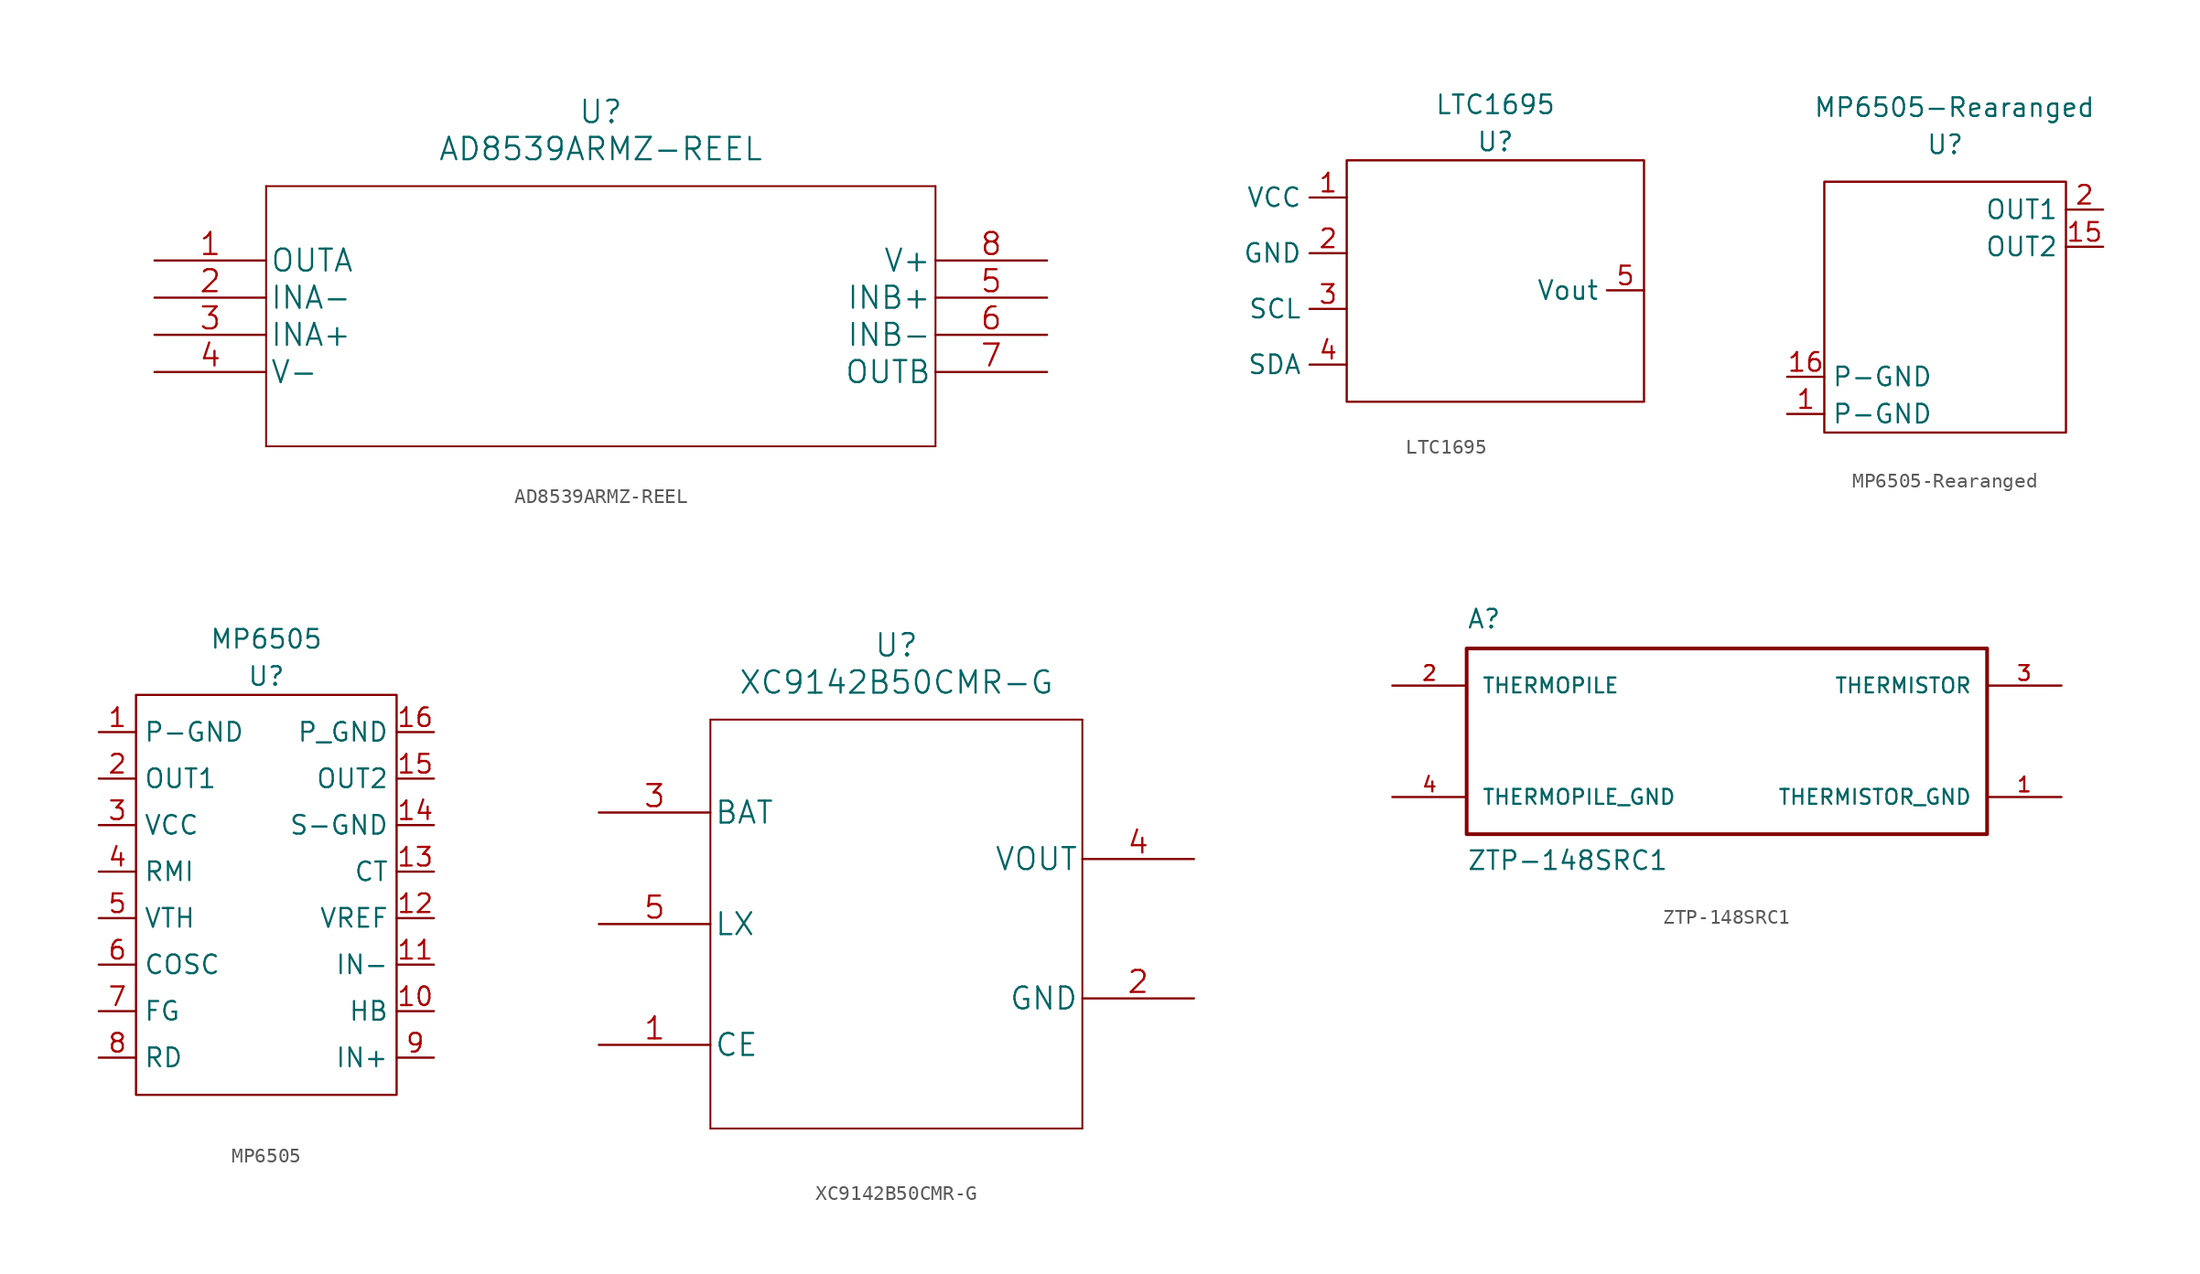
<source format=kicad_sym>
(kicad_symbol_lib
  (version 20211014)
  (generator kicad_symbol_editor)
  (symbol "AD8539ARMZ-REEL"
    (pin_names
      (offset 0.254))
    (property "Reference" "U"
      (at 30.48 10.16 0)
      (effects (font (size 1.524 1.524))))
    (property "Value" "AD8539ARMZ-REEL"
      (at 30.48 7.62 0)
      (effects (font (size 1.524 1.524))))
    (property "Datasheet" ""
      (at 0 0 0)
      (effects (font (size 1.524 1.524))))
    (property "ki_locked" ""
      (at 0 0 0)
      (effects (font (size 1.27 1.27))))
    (symbol "AD8539ARMZ-REEL_1_1"
      (polyline (pts (xy 7.62 -12.7) (xy 53.34 -12.7)) (stroke (width 0.127) (type default) (color 0 0 0 0)) (fill (type none)))
      (polyline (pts (xy 7.62 5.08) (xy 7.62 -12.7)) (stroke (width 0.127) (type default) (color 0 0 0 0)) (fill (type none)))
      (polyline (pts (xy 53.34 -12.7) (xy 53.34 5.08)) (stroke (width 0.127) (type default) (color 0 0 0 0)) (fill (type none)))
      (polyline (pts (xy 53.34 5.08) (xy 7.62 5.08)) (stroke (width 0.127) (type default) (color 0 0 0 0)) (fill (type none)))
      (pin output line (at 0 0 0) (length 7.62) (name "OUTA" (effects (font (size 1.499 1.499)))) (number "1" (effects (font (size 1.499 1.499)))))
      (pin input line (at 0 -2.54 0) (length 7.62) (name "INA-" (effects (font (size 1.499 1.499)))) (number "2" (effects (font (size 1.499 1.499)))))
      (pin input line (at 0 -5.08 0) (length 7.62) (name "INA+" (effects (font (size 1.499 1.499)))) (number "3" (effects (font (size 1.499 1.499)))))
      (pin power_in line (at 0 -7.62 0) (length 7.62) (name "V-" (effects (font (size 1.499 1.499)))) (number "4" (effects (font (size 1.499 1.499)))))
      (pin input line (at 60.96 -2.54 180) (length 7.62) (name "INB+" (effects (font (size 1.499 1.499)))) (number "5" (effects (font (size 1.499 1.499)))))
      (pin input line (at 60.96 -5.08 180) (length 7.62) (name "INB-" (effects (font (size 1.499 1.499)))) (number "6" (effects (font (size 1.499 1.499)))))
      (pin output line (at 60.96 -7.62 180) (length 7.62) (name "OUTB" (effects (font (size 1.499 1.499)))) (number "7" (effects (font (size 1.499 1.499)))))
      (pin power_in line (at 60.96 0 180) (length 7.62) (name "V+" (effects (font (size 1.499 1.499)))) (number "8" (effects (font (size 1.499 1.499)))))))
  (symbol "LTC1695"
    (property "Reference" "U"
      (at 0 3.81 0)
      (effects (font (size 1.27 1.27))))
    (property "Value" "LTC1695"
      (at 0 6.35 0)
      (effects (font (size 1.27 1.27))))
    (symbol "LTC1695_0_1"
      (rectangle (start -10.16 2.54) (end 10.16 -13.97) (stroke (width 0) (type default) (color 0 0 0 0)) (fill (type none))))
    (symbol "LTC1695_1_1"
      (pin power_in line (at -10.16 0 180) (length 2.54) (name "VCC" (effects (font (size 1.27 1.27)))) (number "1" (effects (font (size 1.27 1.27)))))
      (pin power_in line (at -10.16 -3.81 180) (length 2.54) (name "GND" (effects (font (size 1.27 1.27)))) (number "2" (effects (font (size 1.27 1.27)))))
      (pin input line (at -10.16 -7.62 180) (length 2.54) (name "SCL" (effects (font (size 1.27 1.27)))) (number "3" (effects (font (size 1.27 1.27)))))
      (pin input line (at -10.16 -11.43 180) (length 2.54) (name "SDA" (effects (font (size 1.27 1.27)))) (number "4" (effects (font (size 1.27 1.27)))))
      (pin power_out line (at 10.16 -6.35 180) (length 2.54) (name "Vout" (effects (font (size 1.27 1.27)))) (number "5" (effects (font (size 1.27 1.27)))))))
  (symbol "MP6505-Rearanged"
    (property "Reference" "U"
      (at 0 10.795 0)
      (effects (font (size 1.27 1.27))))
    (property "Value" "MP6505-Rearanged"
      (at 0.635 13.335 0)
      (effects (font (size 1.27 1.27))))
    (symbol "MP6505-Rearanged_0_1"
      (rectangle (start -8.255 8.255) (end 8.255 -8.89) (stroke (width 0) (type default) (color 0 0 0 0)) (fill (type none))))
    (symbol "MP6505-Rearanged_1_1"
      (pin power_in line (at -10.795 -7.62 0) (length 2.54) (name "P-GND" (effects (font (size 1.27 1.27)))) (number "1" (effects (font (size 1.27 1.27)))))
      (pin power_out line (at 10.795 3.81 180) (length 2.54) (name "OUT2" (effects (font (size 1.27 1.27)))) (number "15" (effects (font (size 1.27 1.27)))))
      (pin power_in line (at -10.795 -5.08 0) (length 2.54) (name "P-GND" (effects (font (size 1.27 1.27)))) (number "16" (effects (font (size 1.27 1.27)))))
      (pin power_out line (at 10.795 6.35 180) (length 2.54) (name "OUT1" (effects (font (size 1.27 1.27)))) (number "2" (effects (font (size 1.27 1.27)))))))
  (symbol "MP6505"
    (property "Reference" "U"
      (at 0 11.43 0)
      (effects (font (size 1.27 1.27))))
    (property "Value" "MP6505"
      (at 0 13.97 0)
      (effects (font (size 1.27 1.27))))
    (symbol "MP6505_0_1"
      (rectangle (start -8.89 10.16) (end 8.89 -17.145) (stroke (width 0) (type default) (color 0 0 0 0)) (fill (type none))))
    (symbol "MP6505_1_1"
      (pin power_in line (at -11.43 7.62 0) (length 2.54) (name "P-GND" (effects (font (size 1.27 1.27)))) (number "1" (effects (font (size 1.27 1.27)))))
      (pin output line (at 11.43 -11.43 180) (length 2.54) (name "HB" (effects (font (size 1.27 1.27)))) (number "10" (effects (font (size 1.27 1.27)))))
      (pin input line (at 11.43 -8.255 180) (length 2.54) (name "IN-" (effects (font (size 1.27 1.27)))) (number "11" (effects (font (size 1.27 1.27)))))
      (pin power_out line (at 11.43 -5.08 180) (length 2.54) (name "VREF" (effects (font (size 1.27 1.27)))) (number "12" (effects (font (size 1.27 1.27)))))
      (pin input line (at 11.43 -1.905 180) (length 2.54) (name "CT" (effects (font (size 1.27 1.27)))) (number "13" (effects (font (size 1.27 1.27)))))
      (pin power_in line (at 11.43 1.27 180) (length 2.54) (name "S-GND" (effects (font (size 1.27 1.27)))) (number "14" (effects (font (size 1.27 1.27)))))
      (pin power_out line (at 11.43 4.445 180) (length 2.54) (name "OUT2" (effects (font (size 1.27 1.27)))) (number "15" (effects (font (size 1.27 1.27)))))
      (pin power_in line (at 11.43 7.62 180) (length 2.54) (name "P_GND" (effects (font (size 1.27 1.27)))) (number "16" (effects (font (size 1.27 1.27)))))
      (pin power_out line (at -11.43 4.445 0) (length 2.54) (name "OUT1" (effects (font (size 1.27 1.27)))) (number "2" (effects (font (size 1.27 1.27)))))
      (pin power_in line (at -11.43 1.27 0) (length 2.54) (name "VCC" (effects (font (size 1.27 1.27)))) (number "3" (effects (font (size 1.27 1.27)))))
      (pin input line (at -11.43 -1.905 0) (length 2.54) (name "RMI" (effects (font (size 1.27 1.27)))) (number "4" (effects (font (size 1.27 1.27)))))
      (pin input line (at -11.43 -5.08 0) (length 2.54) (name "VTH" (effects (font (size 1.27 1.27)))) (number "5" (effects (font (size 1.27 1.27)))))
      (pin input line (at -11.43 -8.255 0) (length 2.54) (name "COSC" (effects (font (size 1.27 1.27)))) (number "6" (effects (font (size 1.27 1.27)))))
      (pin input line (at -11.43 -11.43 0) (length 2.54) (name "FG" (effects (font (size 1.27 1.27)))) (number "7" (effects (font (size 1.27 1.27)))))
      (pin power_in line (at -11.43 -14.605 0) (length 2.54) (name "RD" (effects (font (size 1.27 1.27)))) (number "8" (effects (font (size 1.27 1.27)))))
      (pin input line (at 11.43 -14.605 180) (length 2.54) (name "IN+" (effects (font (size 1.27 1.27)))) (number "9" (effects (font (size 1.27 1.27)))))))
  (symbol "XC9142B50CMR-G"
    (pin_names
      (offset 0.254))
    (property "Reference" "U"
      (at 20.32 12.7 0)
      (effects (font (size 1.524 1.524))))
    (property "Value" "XC9142B50CMR-G"
      (at 20.32 10.16 0)
      (effects (font (size 1.524 1.524))))
    (property "Datasheet" ""
      (at 0 0 0)
      (effects (font (size 1.524 1.524))))
    (property "ki_locked" ""
      (at 0 0 0)
      (effects (font (size 1.27 1.27))))
    (symbol "XC9142B50CMR-G_1_1"
      (polyline (pts (xy 7.62 -20.32) (xy 33.02 -20.32)) (stroke (width 0.127) (type default) (color 0 0 0 0)) (fill (type none)))
      (polyline (pts (xy 7.62 7.62) (xy 7.62 -20.32)) (stroke (width 0.127) (type default) (color 0 0 0 0)) (fill (type none)))
      (polyline (pts (xy 33.02 -20.32) (xy 33.02 7.62)) (stroke (width 0.127) (type default) (color 0 0 0 0)) (fill (type none)))
      (polyline (pts (xy 33.02 7.62) (xy 7.62 7.62)) (stroke (width 0.127) (type default) (color 0 0 0 0)) (fill (type none)))
      (pin unspecified line (at 0 -14.605 0) (length 7.62) (name "CE" (effects (font (size 1.499 1.499)))) (number "1" (effects (font (size 1.499 1.499)))))
      (pin power_in line (at 40.64 -11.43 180) (length 7.62) (name "GND" (effects (font (size 1.499 1.499)))) (number "2" (effects (font (size 1.499 1.499)))))
      (pin unspecified line (at 0 1.27 0) (length 7.62) (name "BAT" (effects (font (size 1.499 1.499)))) (number "3" (effects (font (size 1.499 1.499)))))
      (pin output line (at 40.64 -1.905 180) (length 7.62) (name "VOUT" (effects (font (size 1.499 1.499)))) (number "4" (effects (font (size 1.499 1.499)))))
      (pin unspecified line (at 0 -6.35 0) (length 7.62) (name "LX" (effects (font (size 1.499 1.499)))) (number "5" (effects (font (size 1.499 1.499)))))))
  (symbol "ZTP-148SRC1"
    (pin_names
      (offset 1.016))
    (property "Reference" "A"
      (at -17.78 6.35 0)
      (effects (font (size 1.27 1.27)) (justify left bottom)))
    (property "Value" "ZTP-148SRC1"
      (at -17.78 -10.16 0)
      (effects (font (size 1.27 1.27)) (justify left bottom)))
    (property "ki_locked" ""
      (at 0 0 0)
      (effects (font (size 1.27 1.27))))
    (symbol "ZTP-148SRC1_0_0"
      (rectangle (start -17.78 -7.62) (end 17.78 5.08) (stroke (width 0.254) (type default) (color 0 0 0 0)) (fill (type none)))
      (pin power_in line (at 22.86 -5.08 180) (length 5.08) (name "THERMISTOR_GND" (effects (font (size 1.016 1.016)))) (number "1" (effects (font (size 1.016 1.016)))))
      (pin passive line (at -22.86 2.54 0) (length 5.08) (name "THERMOPILE" (effects (font (size 1.016 1.016)))) (number "2" (effects (font (size 1.016 1.016)))))
      (pin passive line (at 22.86 2.54 180) (length 5.08) (name "THERMISTOR" (effects (font (size 1.016 1.016)))) (number "3" (effects (font (size 1.016 1.016)))))
      (pin power_in line (at -22.86 -5.08 0) (length 5.08) (name "THERMOPILE_GND" (effects (font (size 1.016 1.016)))) (number "4" (effects (font (size 1.016 1.016))))))))
</source>
